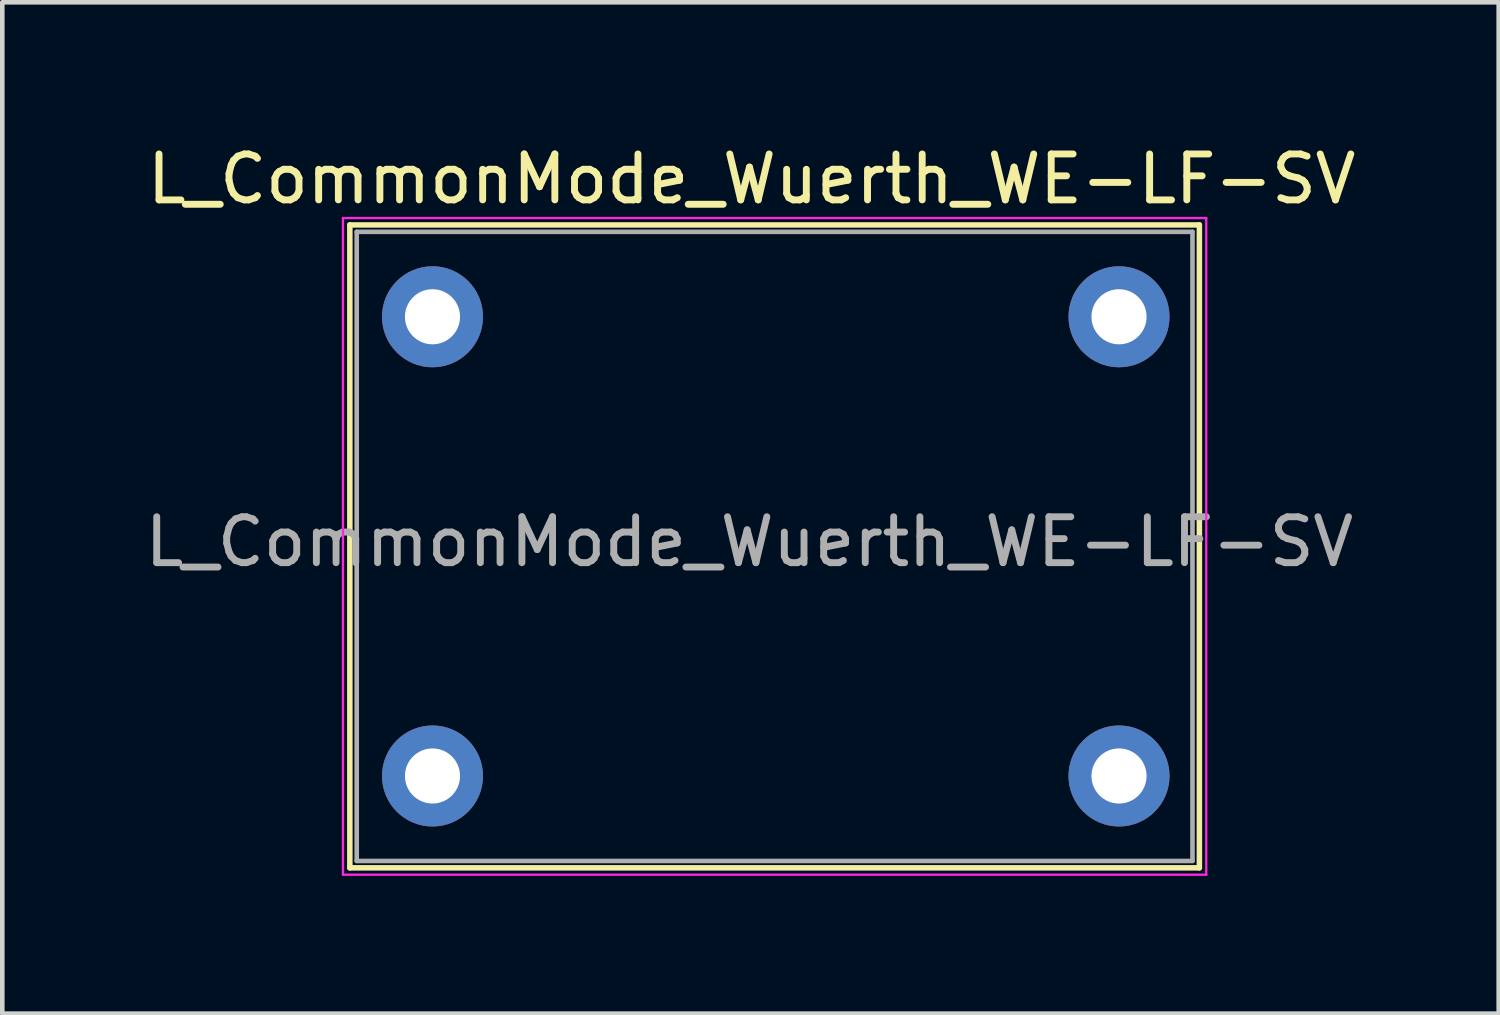
<source format=kicad_pcb>
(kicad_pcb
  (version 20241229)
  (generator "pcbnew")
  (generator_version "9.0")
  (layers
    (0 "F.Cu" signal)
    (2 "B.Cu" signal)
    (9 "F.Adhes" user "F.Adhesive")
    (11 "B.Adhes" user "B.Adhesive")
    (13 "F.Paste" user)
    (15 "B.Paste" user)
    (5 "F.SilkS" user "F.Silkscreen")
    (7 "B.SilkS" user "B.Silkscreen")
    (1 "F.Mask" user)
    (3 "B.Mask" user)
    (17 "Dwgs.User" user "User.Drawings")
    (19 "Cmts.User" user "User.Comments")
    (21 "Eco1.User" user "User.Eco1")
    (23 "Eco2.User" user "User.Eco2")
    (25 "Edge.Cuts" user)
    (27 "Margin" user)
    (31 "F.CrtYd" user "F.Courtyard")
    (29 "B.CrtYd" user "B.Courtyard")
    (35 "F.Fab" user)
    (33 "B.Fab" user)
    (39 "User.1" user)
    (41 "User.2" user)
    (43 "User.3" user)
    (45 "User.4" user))
  (footprint "L_CommonMode_Wuerth_WE-LF-SV"
    (layer "F.Cu")
    (at 6.318 13.848)
    (property "Reference" "L_CommonMode_Wuerth_WE-LF-SV" (at 7 -13 0) (layer "F.SilkS") (effects (font (size 1 1) (thickness 0.15))))
    (attr through_hole)
    (fp_line (start -1.75 2) (end -1.75 -12) (stroke (width 0.12) (type solid)) (layer "F.SilkS"))
    (fp_line (start -1.75 2) (end 16.75 2) (stroke (width 0.12) (type solid)) (layer "F.SilkS"))
    (fp_line (start 16.75 -12) (end -1.75 -12) (stroke (width 0.12) (type solid)) (layer "F.SilkS"))
    (fp_line (start 16.75 2) (end 16.75 -12) (stroke (width 0.12) (type solid)) (layer "F.SilkS"))
    (fp_line (start -1.9 -12.15) (end -1.9 2.15) (stroke (width 0.05) (type solid)) (layer "F.CrtYd"))
    (fp_line (start -1.9 2.15) (end 16.9 2.15) (stroke (width 0.05) (type solid)) (layer "F.CrtYd"))
    (fp_line (start 16.9 -12.15) (end -1.9 -12.15) (stroke (width 0.05) (type solid)) (layer "F.CrtYd"))
    (fp_line (start 16.9 2.15) (end 16.9 -12.15) (stroke (width 0.05) (type solid)) (layer "F.CrtYd"))
    (fp_line (start -1.6 -11.85) (end -1.6 1.85) (stroke (width 0.1) (type solid)) (layer "F.Fab"))
    (fp_line (start 16.6 -11.85) (end -1.6 -11.85) (stroke (width 0.1) (type solid)) (layer "F.Fab"))
    (fp_line (start 16.6 -11.85) (end 16.6 1.85) (stroke (width 0.1) (type solid)) (layer "F.Fab"))
    (fp_line (start 16.6 1.85) (end -1.6 1.85) (stroke (width 0.1) (type solid)) (layer "F.Fab"))
    (fp_text user "${REFERENCE}" (at 6.95 -5.1 0) (layer "F.Fab") (effects (font (size 1 1) (thickness 0.15))))
    (pad "1" thru_hole circle (at 0.05 0) (size 2.2 2.2) (drill 1.2) (layers "*.Cu" "*.Mask"))
    (pad "2" thru_hole circle (at 0.05 -10) (size 2.2 2.2) (drill 1.2) (layers "*.Cu" "*.Mask"))
    (pad "3" thru_hole circle (at 15 -10) (size 2.2 2.2) (drill 1.2) (layers "*.Cu" "*.Mask"))
    (pad "4" thru_hole circle (at 15 0) (size 2.2 2.2) (drill 1.2) (layers "*.Cu" "*.Mask")))
  (gr_rect
    (start -3 -3)
    (end 29.586 19.023)
    (stroke (width 0.1) (type default))
    (fill no)
    (layer "Edge.Cuts")))
</source>
